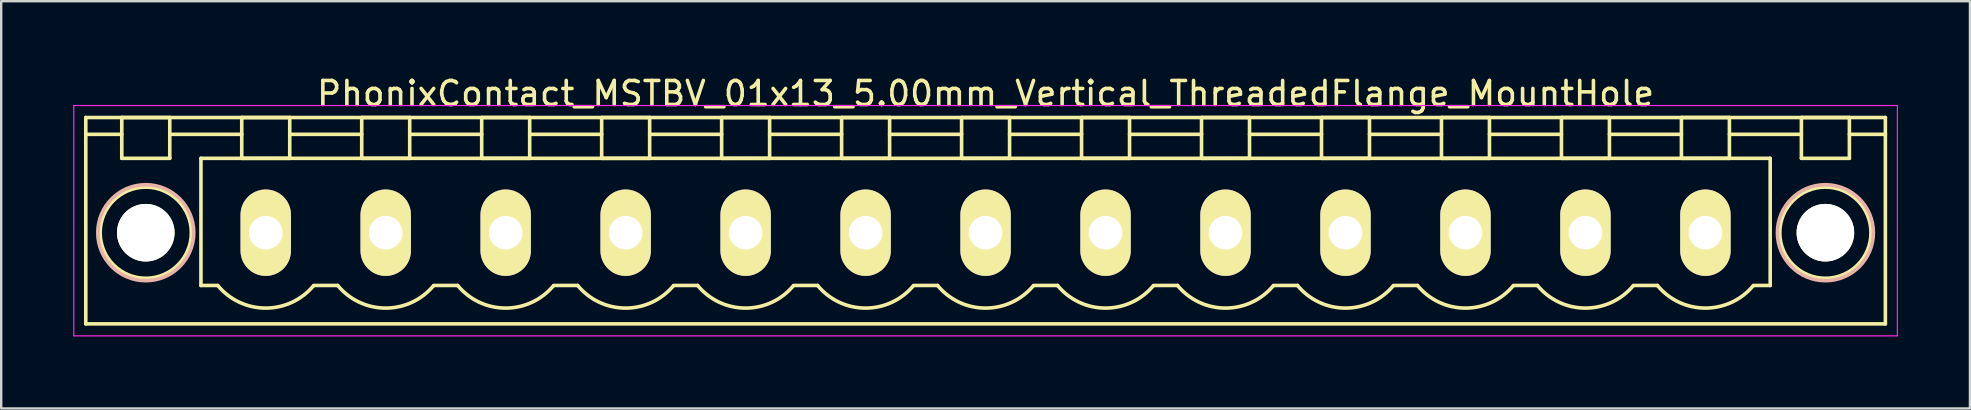
<source format=kicad_pcb>
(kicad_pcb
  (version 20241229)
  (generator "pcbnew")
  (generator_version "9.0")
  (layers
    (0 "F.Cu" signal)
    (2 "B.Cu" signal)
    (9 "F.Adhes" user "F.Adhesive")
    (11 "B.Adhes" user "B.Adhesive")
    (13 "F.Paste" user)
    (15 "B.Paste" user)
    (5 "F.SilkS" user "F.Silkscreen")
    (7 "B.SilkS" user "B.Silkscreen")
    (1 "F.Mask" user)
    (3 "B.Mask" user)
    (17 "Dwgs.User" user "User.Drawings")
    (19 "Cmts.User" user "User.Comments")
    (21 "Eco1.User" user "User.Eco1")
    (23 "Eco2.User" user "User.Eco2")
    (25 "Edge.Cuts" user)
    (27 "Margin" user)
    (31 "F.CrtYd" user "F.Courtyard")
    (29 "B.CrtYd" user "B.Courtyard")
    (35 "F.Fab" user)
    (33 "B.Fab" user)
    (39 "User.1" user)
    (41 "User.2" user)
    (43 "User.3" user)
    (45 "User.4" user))
  (footprint "PhonixContact_MSTBV_01x13_5.00mm_Vertical_ThreadedFlange_MountHole"
    (layer "F.Cu")
    (at 8.025 6.648)
    (property "Reference" "PhonixContact_MSTBV_01x13_5.00mm_Vertical_ThreadedFlange_MountHole" (at 30 -5.8 0) (layer "F.SilkS") (effects (font (size 1 1) (thickness 0.15))))
    (attr through_hole)
    (fp_line (start -7.5 -4.8) (end -7.5 3.8) (stroke (width 0.15) (type solid)) (layer "F.SilkS"))
    (fp_line (start -7.5 -4.1) (end -6 -4.1) (stroke (width 0.15) (type solid)) (layer "F.SilkS"))
    (fp_line (start -7.5 3.8) (end 67.5 3.8) (stroke (width 0.15) (type solid)) (layer "F.SilkS"))
    (fp_line (start -6 -4.8) (end -4 -4.8) (stroke (width 0.15) (type solid)) (layer "F.SilkS"))
    (fp_line (start -6 -3.1) (end -6 -4.8) (stroke (width 0.15) (type solid)) (layer "F.SilkS"))
    (fp_line (start -4 -4.8) (end -4 -3.1) (stroke (width 0.15) (type solid)) (layer "F.SilkS"))
    (fp_line (start -4 -4.1) (end -1 -4.1) (stroke (width 0.15) (type solid)) (layer "F.SilkS"))
    (fp_line (start -4 -3.1) (end -6 -3.1) (stroke (width 0.15) (type solid)) (layer "F.SilkS"))
    (fp_line (start -2.7 -3.1) (end 62.7 -3.1) (stroke (width 0.15) (type solid)) (layer "F.SilkS"))
    (fp_line (start -2.7 2.2) (end -2.7 -3.1) (stroke (width 0.15) (type solid)) (layer "F.SilkS"))
    (fp_line (start -2 2.2) (end -2.7 2.2) (stroke (width 0.15) (type solid)) (layer "F.SilkS"))
    (fp_line (start -1 -4.8) (end 1 -4.8) (stroke (width 0.15) (type solid)) (layer "F.SilkS"))
    (fp_line (start -1 -3.1) (end -1 -4.8) (stroke (width 0.15) (type solid)) (layer "F.SilkS"))
    (fp_line (start 1 -4.8) (end 1 -3.1) (stroke (width 0.15) (type solid)) (layer "F.SilkS"))
    (fp_line (start 1 -4.1) (end 4 -4.1) (stroke (width 0.15) (type solid)) (layer "F.SilkS"))
    (fp_line (start 1 -3.1) (end -1 -3.1) (stroke (width 0.15) (type solid)) (layer "F.SilkS"))
    (fp_line (start 2 2.2) (end 3 2.2) (stroke (width 0.15) (type solid)) (layer "F.SilkS"))
    (fp_line (start 4 -4.8) (end 6 -4.8) (stroke (width 0.15) (type solid)) (layer "F.SilkS"))
    (fp_line (start 4 -3.1) (end 4 -4.8) (stroke (width 0.15) (type solid)) (layer "F.SilkS"))
    (fp_line (start 6 -4.8) (end 6 -3.1) (stroke (width 0.15) (type solid)) (layer "F.SilkS"))
    (fp_line (start 6 -4.1) (end 9 -4.1) (stroke (width 0.15) (type solid)) (layer "F.SilkS"))
    (fp_line (start 6 -3.1) (end 4 -3.1) (stroke (width 0.15) (type solid)) (layer "F.SilkS"))
    (fp_line (start 7 2.2) (end 8 2.2) (stroke (width 0.15) (type solid)) (layer "F.SilkS"))
    (fp_line (start 9 -4.8) (end 11 -4.8) (stroke (width 0.15) (type solid)) (layer "F.SilkS"))
    (fp_line (start 9 -3.1) (end 9 -4.8) (stroke (width 0.15) (type solid)) (layer "F.SilkS"))
    (fp_line (start 11 -4.8) (end 11 -3.1) (stroke (width 0.15) (type solid)) (layer "F.SilkS"))
    (fp_line (start 11 -4.1) (end 14 -4.1) (stroke (width 0.15) (type solid)) (layer "F.SilkS"))
    (fp_line (start 11 -3.1) (end 9 -3.1) (stroke (width 0.15) (type solid)) (layer "F.SilkS"))
    (fp_line (start 12 2.2) (end 13 2.2) (stroke (width 0.15) (type solid)) (layer "F.SilkS"))
    (fp_line (start 14 -4.8) (end 16 -4.8) (stroke (width 0.15) (type solid)) (layer "F.SilkS"))
    (fp_line (start 14 -3.1) (end 14 -4.8) (stroke (width 0.15) (type solid)) (layer "F.SilkS"))
    (fp_line (start 16 -4.8) (end 16 -3.1) (stroke (width 0.15) (type solid)) (layer "F.SilkS"))
    (fp_line (start 16 -4.1) (end 19 -4.1) (stroke (width 0.15) (type solid)) (layer "F.SilkS"))
    (fp_line (start 16 -3.1) (end 14 -3.1) (stroke (width 0.15) (type solid)) (layer "F.SilkS"))
    (fp_line (start 17 2.2) (end 18 2.2) (stroke (width 0.15) (type solid)) (layer "F.SilkS"))
    (fp_line (start 19 -4.8) (end 21 -4.8) (stroke (width 0.15) (type solid)) (layer "F.SilkS"))
    (fp_line (start 19 -3.1) (end 19 -4.8) (stroke (width 0.15) (type solid)) (layer "F.SilkS"))
    (fp_line (start 21 -4.8) (end 21 -3.1) (stroke (width 0.15) (type solid)) (layer "F.SilkS"))
    (fp_line (start 21 -4.1) (end 24 -4.1) (stroke (width 0.15) (type solid)) (layer "F.SilkS"))
    (fp_line (start 21 -3.1) (end 19 -3.1) (stroke (width 0.15) (type solid)) (layer "F.SilkS"))
    (fp_line (start 22 2.2) (end 23 2.2) (stroke (width 0.15) (type solid)) (layer "F.SilkS"))
    (fp_line (start 24 -4.8) (end 26 -4.8) (stroke (width 0.15) (type solid)) (layer "F.SilkS"))
    (fp_line (start 24 -3.1) (end 24 -4.8) (stroke (width 0.15) (type solid)) (layer "F.SilkS"))
    (fp_line (start 26 -4.8) (end 26 -3.1) (stroke (width 0.15) (type solid)) (layer "F.SilkS"))
    (fp_line (start 26 -4.1) (end 29 -4.1) (stroke (width 0.15) (type solid)) (layer "F.SilkS"))
    (fp_line (start 26 -3.1) (end 24 -3.1) (stroke (width 0.15) (type solid)) (layer "F.SilkS"))
    (fp_line (start 27 2.2) (end 28 2.2) (stroke (width 0.15) (type solid)) (layer "F.SilkS"))
    (fp_line (start 29 -4.8) (end 31 -4.8) (stroke (width 0.15) (type solid)) (layer "F.SilkS"))
    (fp_line (start 29 -3.1) (end 29 -4.8) (stroke (width 0.15) (type solid)) (layer "F.SilkS"))
    (fp_line (start 31 -4.8) (end 31 -3.1) (stroke (width 0.15) (type solid)) (layer "F.SilkS"))
    (fp_line (start 31 -4.1) (end 34 -4.1) (stroke (width 0.15) (type solid)) (layer "F.SilkS"))
    (fp_line (start 31 -3.1) (end 29 -3.1) (stroke (width 0.15) (type solid)) (layer "F.SilkS"))
    (fp_line (start 32 2.2) (end 33 2.2) (stroke (width 0.15) (type solid)) (layer "F.SilkS"))
    (fp_line (start 34 -4.8) (end 36 -4.8) (stroke (width 0.15) (type solid)) (layer "F.SilkS"))
    (fp_line (start 34 -3.1) (end 34 -4.8) (stroke (width 0.15) (type solid)) (layer "F.SilkS"))
    (fp_line (start 36 -4.8) (end 36 -3.1) (stroke (width 0.15) (type solid)) (layer "F.SilkS"))
    (fp_line (start 36 -4.1) (end 39 -4.1) (stroke (width 0.15) (type solid)) (layer "F.SilkS"))
    (fp_line (start 36 -3.1) (end 34 -3.1) (stroke (width 0.15) (type solid)) (layer "F.SilkS"))
    (fp_line (start 37 2.2) (end 38 2.2) (stroke (width 0.15) (type solid)) (layer "F.SilkS"))
    (fp_line (start 39 -4.8) (end 41 -4.8) (stroke (width 0.15) (type solid)) (layer "F.SilkS"))
    (fp_line (start 39 -3.1) (end 39 -4.8) (stroke (width 0.15) (type solid)) (layer "F.SilkS"))
    (fp_line (start 41 -4.8) (end 41 -3.1) (stroke (width 0.15) (type solid)) (layer "F.SilkS"))
    (fp_line (start 41 -4.1) (end 44 -4.1) (stroke (width 0.15) (type solid)) (layer "F.SilkS"))
    (fp_line (start 41 -3.1) (end 39 -3.1) (stroke (width 0.15) (type solid)) (layer "F.SilkS"))
    (fp_line (start 42 2.2) (end 43 2.2) (stroke (width 0.15) (type solid)) (layer "F.SilkS"))
    (fp_line (start 44 -4.8) (end 46 -4.8) (stroke (width 0.15) (type solid)) (layer "F.SilkS"))
    (fp_line (start 44 -3.1) (end 44 -4.8) (stroke (width 0.15) (type solid)) (layer "F.SilkS"))
    (fp_line (start 46 -4.8) (end 46 -3.1) (stroke (width 0.15) (type solid)) (layer "F.SilkS"))
    (fp_line (start 46 -4.1) (end 49 -4.1) (stroke (width 0.15) (type solid)) (layer "F.SilkS"))
    (fp_line (start 46 -3.1) (end 44 -3.1) (stroke (width 0.15) (type solid)) (layer "F.SilkS"))
    (fp_line (start 47 2.2) (end 48 2.2) (stroke (width 0.15) (type solid)) (layer "F.SilkS"))
    (fp_line (start 49 -4.8) (end 51 -4.8) (stroke (width 0.15) (type solid)) (layer "F.SilkS"))
    (fp_line (start 49 -3.1) (end 49 -4.8) (stroke (width 0.15) (type solid)) (layer "F.SilkS"))
    (fp_line (start 51 -4.8) (end 51 -3.1) (stroke (width 0.15) (type solid)) (layer "F.SilkS"))
    (fp_line (start 51 -4.1) (end 54 -4.1) (stroke (width 0.15) (type solid)) (layer "F.SilkS"))
    (fp_line (start 51 -3.1) (end 49 -3.1) (stroke (width 0.15) (type solid)) (layer "F.SilkS"))
    (fp_line (start 52 2.2) (end 53 2.2) (stroke (width 0.15) (type solid)) (layer "F.SilkS"))
    (fp_line (start 54 -4.8) (end 56 -4.8) (stroke (width 0.15) (type solid)) (layer "F.SilkS"))
    (fp_line (start 54 -3.1) (end 54 -4.8) (stroke (width 0.15) (type solid)) (layer "F.SilkS"))
    (fp_line (start 56 -4.8) (end 56 -3.1) (stroke (width 0.15) (type solid)) (layer "F.SilkS"))
    (fp_line (start 56 -4.1) (end 59 -4.1) (stroke (width 0.15) (type solid)) (layer "F.SilkS"))
    (fp_line (start 56 -3.1) (end 54 -3.1) (stroke (width 0.15) (type solid)) (layer "F.SilkS"))
    (fp_line (start 57 2.2) (end 58 2.2) (stroke (width 0.15) (type solid)) (layer "F.SilkS"))
    (fp_line (start 59 -4.8) (end 61 -4.8) (stroke (width 0.15) (type solid)) (layer "F.SilkS"))
    (fp_line (start 59 -3.1) (end 59 -4.8) (stroke (width 0.15) (type solid)) (layer "F.SilkS"))
    (fp_line (start 61 -4.8) (end 61 -3.1) (stroke (width 0.15) (type solid)) (layer "F.SilkS"))
    (fp_line (start 61 -4.1) (end 64 -4.1) (stroke (width 0.15) (type solid)) (layer "F.SilkS"))
    (fp_line (start 61 -3.1) (end 59 -3.1) (stroke (width 0.15) (type solid)) (layer "F.SilkS"))
    (fp_line (start 62.7 -3.1) (end 62.7 2.2) (stroke (width 0.15) (type solid)) (layer "F.SilkS"))
    (fp_line (start 62.7 2.2) (end 62 2.2) (stroke (width 0.15) (type solid)) (layer "F.SilkS"))
    (fp_line (start 64 -4.8) (end 66 -4.8) (stroke (width 0.15) (type solid)) (layer "F.SilkS"))
    (fp_line (start 64 -3.1) (end 64 -4.8) (stroke (width 0.15) (type solid)) (layer "F.SilkS"))
    (fp_line (start 66 -4.8) (end 66 -3.1) (stroke (width 0.15) (type solid)) (layer "F.SilkS"))
    (fp_line (start 66 -3.1) (end 64 -3.1) (stroke (width 0.15) (type solid)) (layer "F.SilkS"))
    (fp_line (start 67.5 -4.8) (end -7.5 -4.8) (stroke (width 0.15) (type solid)) (layer "F.SilkS"))
    (fp_line (start 67.5 -4.1) (end 66 -4.1) (stroke (width 0.15) (type solid)) (layer "F.SilkS"))
    (fp_line (start 67.5 3.8) (end 67.5 -4.8) (stroke (width 0.15) (type solid)) (layer "F.SilkS"))
    (fp_arc (start 1.986842 2.215821) (mid -0.010289 3.142758) (end -2 2.2) (stroke (width 0.15) (type solid)) (layer "F.SilkS"))
    (fp_arc (start 6.986842 2.215821) (mid 4.989711 3.142758) (end 3 2.2) (stroke (width 0.15) (type solid)) (layer "F.SilkS"))
    (fp_arc (start 11.986842 2.215821) (mid 9.989711 3.142758) (end 8 2.2) (stroke (width 0.15) (type solid)) (layer "F.SilkS"))
    (fp_arc (start 16.986842 2.215821) (mid 14.989711 3.142758) (end 13 2.2) (stroke (width 0.15) (type solid)) (layer "F.SilkS"))
    (fp_arc (start 21.986842 2.215821) (mid 19.989711 3.142758) (end 18 2.2) (stroke (width 0.15) (type solid)) (layer "F.SilkS"))
    (fp_arc (start 26.986842 2.215821) (mid 24.989711 3.142758) (end 23 2.2) (stroke (width 0.15) (type solid)) (layer "F.SilkS"))
    (fp_arc (start 31.986842 2.215821) (mid 29.989711 3.142758) (end 28 2.2) (stroke (width 0.15) (type solid)) (layer "F.SilkS"))
    (fp_arc (start 36.986842 2.215821) (mid 34.989711 3.142758) (end 33 2.2) (stroke (width 0.15) (type solid)) (layer "F.SilkS"))
    (fp_arc (start 41.986842 2.215821) (mid 39.989711 3.142758) (end 38 2.2) (stroke (width 0.15) (type solid)) (layer "F.SilkS"))
    (fp_arc (start 46.986842 2.215821) (mid 44.989711 3.142758) (end 43 2.2) (stroke (width 0.15) (type solid)) (layer "F.SilkS"))
    (fp_arc (start 51.986842 2.215821) (mid 49.989711 3.142758) (end 48 2.2) (stroke (width 0.15) (type solid)) (layer "F.SilkS"))
    (fp_arc (start 56.986842 2.215821) (mid 54.989711 3.142758) (end 53 2.2) (stroke (width 0.15) (type solid)) (layer "F.SilkS"))
    (fp_arc (start 61.986842 2.215821) (mid 59.989711 3.142758) (end 58 2.2) (stroke (width 0.15) (type solid)) (layer "F.SilkS"))
    (fp_circle (center -5 0) (end -4 0) (stroke (width 0.15) (type solid)) (fill no) (layer "F.SilkS"))
    (fp_circle (center -5 0) (end -3.1 0) (stroke (width 0.15) (type solid)) (fill no) (layer "F.SilkS"))
    (fp_circle (center 65 0) (end 66 0) (stroke (width 0.15) (type solid)) (fill no) (layer "F.SilkS"))
    (fp_circle (center 65 0) (end 66.9 0) (stroke (width 0.15) (type solid)) (fill no) (layer "F.SilkS"))
    (fp_circle (center -5 0) (end -3 0) (stroke (width 0.15) (type solid)) (fill no) (layer "B.SilkS"))
    (fp_circle (center 65 0) (end 67 0) (stroke (width 0.15) (type solid)) (fill no) (layer "B.SilkS"))
    (fp_line (start -8 -5.3) (end -8 4.3) (stroke (width 0.05) (type solid)) (layer "F.CrtYd"))
    (fp_line (start -8 4.3) (end 68 4.3) (stroke (width 0.05) (type solid)) (layer "F.CrtYd"))
    (fp_line (start 68 -5.3) (end -8 -5.3) (stroke (width 0.05) (type solid)) (layer "F.CrtYd"))
    (fp_line (start 68 4.3) (end 68 -5.3) (stroke (width 0.05) (type solid)) (layer "F.CrtYd"))
    (pad "" np_thru_hole circle (at -5 0) (size 2.4 2.4) (drill 2.4) (layers "*.Cu" "*.Mask" "F.SilkS"))
    (pad "" np_thru_hole circle (at 65 0) (size 2.4 2.4) (drill 2.4) (layers "*.Cu" "*.Mask" "F.SilkS"))
    (pad "1" thru_hole oval (at 0 0) (size 2.1 3.6) (drill 1.4) (layers "*.Cu" "*.Mask" "F.SilkS"))
    (pad "2" thru_hole oval (at 5 0) (size 2.1 3.6) (drill 1.4) (layers "*.Cu" "*.Mask" "F.SilkS"))
    (pad "3" thru_hole oval (at 10 0) (size 2.1 3.6) (drill 1.4) (layers "*.Cu" "*.Mask" "F.SilkS"))
    (pad "4" thru_hole oval (at 15 0) (size 2.1 3.6) (drill 1.4) (layers "*.Cu" "*.Mask" "F.SilkS"))
    (pad "5" thru_hole oval (at 20 0) (size 2.1 3.6) (drill 1.4) (layers "*.Cu" "*.Mask" "F.SilkS"))
    (pad "6" thru_hole oval (at 25 0) (size 2.1 3.6) (drill 1.4) (layers "*.Cu" "*.Mask" "F.SilkS"))
    (pad "7" thru_hole oval (at 30 0) (size 2.1 3.6) (drill 1.4) (layers "*.Cu" "*.Mask" "F.SilkS"))
    (pad "8" thru_hole oval (at 35 0) (size 2.1 3.6) (drill 1.4) (layers "*.Cu" "*.Mask" "F.SilkS"))
    (pad "9" thru_hole oval (at 40 0) (size 2.1 3.6) (drill 1.4) (layers "*.Cu" "*.Mask" "F.SilkS"))
    (pad "10" thru_hole oval (at 45 0) (size 2.1 3.6) (drill 1.4) (layers "*.Cu" "*.Mask" "F.SilkS"))
    (pad "11" thru_hole oval (at 50 0) (size 2.1 3.6) (drill 1.4) (layers "*.Cu" "*.Mask" "F.SilkS"))
    (pad "12" thru_hole oval (at 55 0) (size 2.1 3.6) (drill 1.4) (layers "*.Cu" "*.Mask" "F.SilkS"))
    (pad "13" thru_hole oval (at 60 0) (size 2.1 3.6) (drill 1.4) (layers "*.Cu" "*.Mask" "F.SilkS")))
  (gr_rect
    (start -3 -3)
    (end 79.05 13.973)
    (stroke (width 0.1) (type default))
    (fill no)
    (layer "Edge.Cuts")))
</source>
